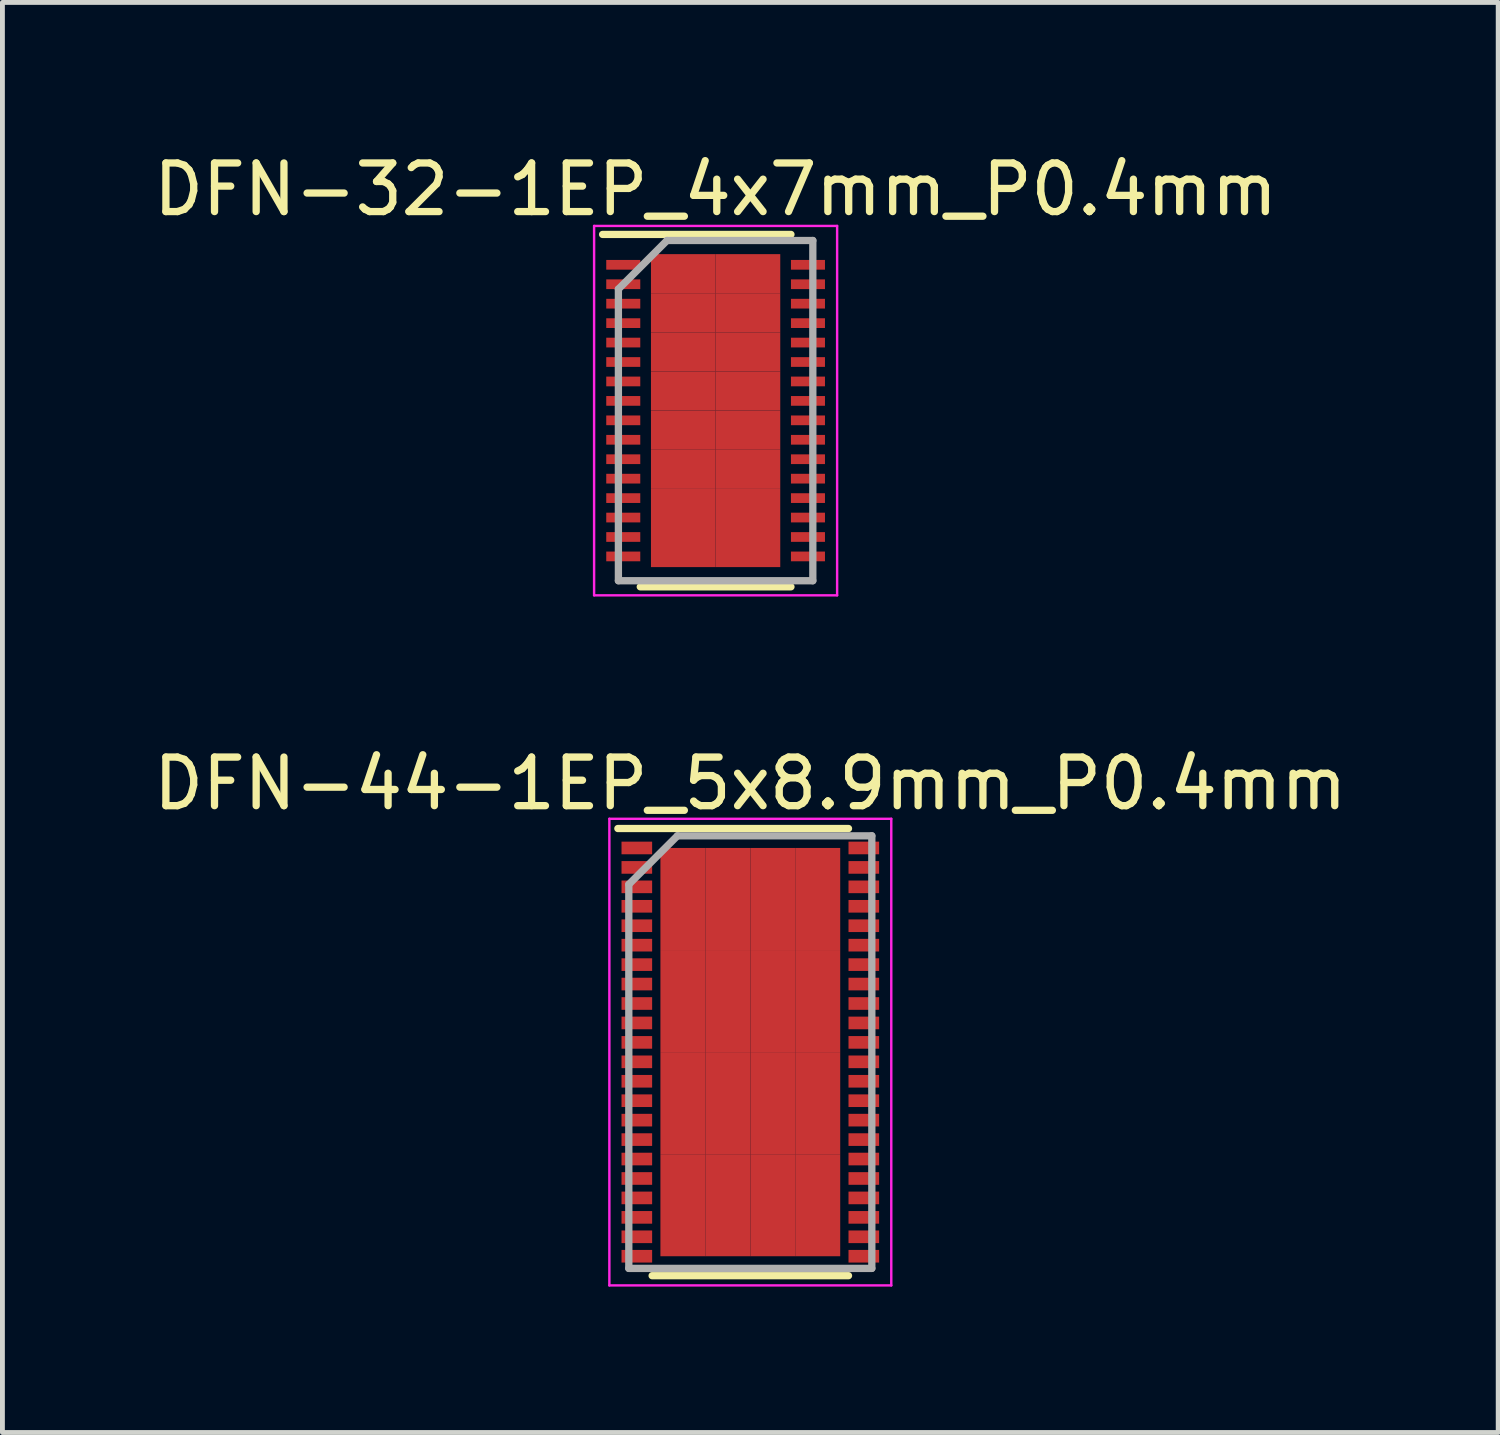
<source format=kicad_pcb>
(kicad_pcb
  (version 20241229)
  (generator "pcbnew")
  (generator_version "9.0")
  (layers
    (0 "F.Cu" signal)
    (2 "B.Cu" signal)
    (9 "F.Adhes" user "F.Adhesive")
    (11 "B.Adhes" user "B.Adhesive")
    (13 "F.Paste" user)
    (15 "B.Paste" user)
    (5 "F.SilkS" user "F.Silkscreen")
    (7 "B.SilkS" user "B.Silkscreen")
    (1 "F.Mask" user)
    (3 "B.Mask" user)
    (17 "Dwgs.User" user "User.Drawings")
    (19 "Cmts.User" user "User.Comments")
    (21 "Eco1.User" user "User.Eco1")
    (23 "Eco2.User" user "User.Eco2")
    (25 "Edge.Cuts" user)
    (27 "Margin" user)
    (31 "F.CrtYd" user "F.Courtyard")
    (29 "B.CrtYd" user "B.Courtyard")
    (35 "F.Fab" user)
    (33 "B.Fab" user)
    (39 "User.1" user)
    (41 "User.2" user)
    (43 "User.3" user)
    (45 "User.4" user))
  (footprint "DFN-32-1EP_4x7mm_P0.4mm"
    (layer "F.Cu")
    (at 11.673 5.398)
    (property "Reference" "DFN-32-1EP_4x7mm_P0.4mm" (at 0 -4.55 0) (layer "F.SilkS") (effects (font (size 1 1) (thickness 0.15))))
    (attr smd)
    (fp_line (start -2.325 -3.625) (end 1.55 -3.625) (stroke (width 0.15) (type solid)) (layer "F.SilkS"))
    (fp_line (start -1.55 3.625) (end 1.55 3.625) (stroke (width 0.15) (type solid)) (layer "F.SilkS"))
    (fp_line (start -2.5 -3.8) (end -2.5 3.8) (stroke (width 0.05) (type solid)) (layer "F.CrtYd"))
    (fp_line (start -2.5 -3.8) (end 2.5 -3.8) (stroke (width 0.05) (type solid)) (layer "F.CrtYd"))
    (fp_line (start -2.5 3.8) (end 2.5 3.8) (stroke (width 0.05) (type solid)) (layer "F.CrtYd"))
    (fp_line (start 2.5 -3.8) (end 2.5 3.8) (stroke (width 0.05) (type solid)) (layer "F.CrtYd"))
    (fp_line (start -2 -2.5) (end -1 -3.5) (stroke (width 0.15) (type solid)) (layer "F.Fab"))
    (fp_line (start -2 3.5) (end -2 -2.5) (stroke (width 0.15) (type solid)) (layer "F.Fab"))
    (fp_line (start -1 -3.5) (end 2 -3.5) (stroke (width 0.15) (type solid)) (layer "F.Fab"))
    (fp_line (start 2 -3.5) (end 2 3.5) (stroke (width 0.15) (type solid)) (layer "F.Fab"))
    (fp_line (start 2 3.5) (end -2 3.5) (stroke (width 0.15) (type solid)) (layer "F.Fab"))
    (pad "1" smd rect (at -1.9 -3) (size 0.7 0.2) (layers "F.Cu" "F.Mask" "F.Paste"))
    (pad "2" smd rect (at -1.9 -2.6) (size 0.7 0.2) (layers "F.Cu" "F.Mask" "F.Paste"))
    (pad "3" smd rect (at -1.9 -2.2) (size 0.7 0.2) (layers "F.Cu" "F.Mask" "F.Paste"))
    (pad "4" smd rect (at -1.9 -1.8) (size 0.7 0.2) (layers "F.Cu" "F.Mask" "F.Paste"))
    (pad "5" smd rect (at -1.9 -1.4) (size 0.7 0.2) (layers "F.Cu" "F.Mask" "F.Paste"))
    (pad "6" smd rect (at -1.9 -1) (size 0.7 0.2) (layers "F.Cu" "F.Mask" "F.Paste"))
    (pad "7" smd rect (at -1.9 -0.6) (size 0.7 0.2) (layers "F.Cu" "F.Mask" "F.Paste"))
    (pad "8" smd rect (at -1.9 -0.2) (size 0.7 0.2) (layers "F.Cu" "F.Mask" "F.Paste"))
    (pad "9" smd rect (at -1.9 0.2) (size 0.7 0.2) (layers "F.Cu" "F.Mask" "F.Paste"))
    (pad "10" smd rect (at -1.9 0.6) (size 0.7 0.2) (layers "F.Cu" "F.Mask" "F.Paste"))
    (pad "11" smd rect (at -1.9 1) (size 0.7 0.2) (layers "F.Cu" "F.Mask" "F.Paste"))
    (pad "12" smd rect (at -1.9 1.4) (size 0.7 0.2) (layers "F.Cu" "F.Mask" "F.Paste"))
    (pad "13" smd rect (at -1.9 1.8) (size 0.7 0.2) (layers "F.Cu" "F.Mask" "F.Paste"))
    (pad "14" smd rect (at -1.9 2.2) (size 0.7 0.2) (layers "F.Cu" "F.Mask" "F.Paste"))
    (pad "15" smd rect (at -1.9 2.6) (size 0.7 0.2) (layers "F.Cu" "F.Mask" "F.Paste"))
    (pad "16" smd rect (at -1.9 3) (size 0.7 0.2) (layers "F.Cu" "F.Mask" "F.Paste"))
    (pad "17" smd rect (at 1.9 3) (size 0.7 0.2) (layers "F.Cu" "F.Mask" "F.Paste"))
    (pad "18" smd rect (at 1.9 2.6) (size 0.7 0.2) (layers "F.Cu" "F.Mask" "F.Paste"))
    (pad "19" smd rect (at 1.9 2.2) (size 0.7 0.2) (layers "F.Cu" "F.Mask" "F.Paste"))
    (pad "20" smd rect (at 1.9 1.8) (size 0.7 0.2) (layers "F.Cu" "F.Mask" "F.Paste"))
    (pad "21" smd rect (at 1.9 1.4) (size 0.7 0.2) (layers "F.Cu" "F.Mask" "F.Paste"))
    (pad "22" smd rect (at 1.9 1) (size 0.7 0.2) (layers "F.Cu" "F.Mask" "F.Paste"))
    (pad "23" smd rect (at 1.9 0.6) (size 0.7 0.2) (layers "F.Cu" "F.Mask" "F.Paste"))
    (pad "24" smd rect (at 1.9 0.2) (size 0.7 0.2) (layers "F.Cu" "F.Mask" "F.Paste"))
    (pad "25" smd rect (at 1.9 -0.2) (size 0.7 0.2) (layers "F.Cu" "F.Mask" "F.Paste"))
    (pad "26" smd rect (at 1.9 -0.6) (size 0.7 0.2) (layers "F.Cu" "F.Mask" "F.Paste"))
    (pad "27" smd rect (at 1.9 -1) (size 0.7 0.2) (layers "F.Cu" "F.Mask" "F.Paste"))
    (pad "28" smd rect (at 1.9 -1.4) (size 0.7 0.2) (layers "F.Cu" "F.Mask" "F.Paste"))
    (pad "29" smd rect (at 1.9 -1.8) (size 0.7 0.2) (layers "F.Cu" "F.Mask" "F.Paste"))
    (pad "30" smd rect (at 1.9 -2.2) (size 0.7 0.2) (layers "F.Cu" "F.Mask" "F.Paste"))
    (pad "31" smd rect (at 1.9 -2.6) (size 0.7 0.2) (layers "F.Cu" "F.Mask" "F.Paste"))
    (pad "32" smd rect (at 1.9 -3) (size 0.7 0.2) (layers "F.Cu" "F.Mask" "F.Paste"))
    (pad "33" smd rect (at -0.665 -2.817) (size 1.33 0.805) (layers "F.Cu" "F.Mask" "F.Paste"))
    (pad "33" smd rect (at -0.665 -2.013) (size 1.33 0.805) (layers "F.Cu" "F.Mask" "F.Paste"))
    (pad "33" smd rect (at -0.665 -1.208) (size 1.33 0.805) (layers "F.Cu" "F.Mask" "F.Paste"))
    (pad "33" smd rect (at -0.665 -0.403) (size 1.33 0.805) (layers "F.Cu" "F.Mask" "F.Paste"))
    (pad "33" smd rect (at -0.665 0.403) (size 1.33 0.805) (layers "F.Cu" "F.Mask" "F.Paste"))
    (pad "33" smd rect (at -0.665 1.208) (size 1.33 0.805) (layers "F.Cu" "F.Mask" "F.Paste"))
    (pad "33" smd rect (at -0.665 2.013) (size 1.33 0.805) (layers "F.Cu" "F.Mask" "F.Paste"))
    (pad "33" smd rect (at -0.665 2.817) (size 1.33 0.805) (layers "F.Cu" "F.Mask" "F.Paste"))
    (pad "33" smd rect (at 0.665 -2.817) (size 1.33 0.805) (layers "F.Cu" "F.Mask" "F.Paste"))
    (pad "33" smd rect (at 0.665 -2.013) (size 1.33 0.805) (layers "F.Cu" "F.Mask" "F.Paste"))
    (pad "33" smd rect (at 0.665 -1.208) (size 1.33 0.805) (layers "F.Cu" "F.Mask" "F.Paste"))
    (pad "33" smd rect (at 0.665 -0.403) (size 1.33 0.805) (layers "F.Cu" "F.Mask" "F.Paste"))
    (pad "33" smd rect (at 0.665 0.403) (size 1.33 0.805) (layers "F.Cu" "F.Mask" "F.Paste"))
    (pad "33" smd rect (at 0.665 1.208) (size 1.33 0.805) (layers "F.Cu" "F.Mask" "F.Paste"))
    (pad "33" smd rect (at 0.665 2.013) (size 1.33 0.805) (layers "F.Cu" "F.Mask" "F.Paste"))
    (pad "33" smd rect (at 0.665 2.817) (size 1.33 0.805) (layers "F.Cu" "F.Mask" "F.Paste")))
  (footprint "DFN-44-1EP_5x8.9mm_P0.4mm"
    (layer "F.Cu")
    (at 12.387 18.596)
    (property "Reference" "DFN-44-1EP_5x8.9mm_P0.4mm" (at 0 -5.525 0) (layer "F.SilkS") (effects (font (size 1 1) (thickness 0.15))))
    (attr smd)
    (fp_line (start -2.725 -4.6) (end 2.02 -4.6) (stroke (width 0.15) (type solid)) (layer "F.SilkS"))
    (fp_line (start -2.02 4.6) (end 2.02 4.6) (stroke (width 0.15) (type solid)) (layer "F.SilkS"))
    (fp_line (start -2.9 -4.8) (end -2.9 4.8) (stroke (width 0.05) (type solid)) (layer "F.CrtYd"))
    (fp_line (start -2.9 -4.8) (end 2.9 -4.8) (stroke (width 0.05) (type solid)) (layer "F.CrtYd"))
    (fp_line (start -2.9 4.8) (end 2.9 4.8) (stroke (width 0.05) (type solid)) (layer "F.CrtYd"))
    (fp_line (start 2.9 -4.8) (end 2.9 4.8) (stroke (width 0.05) (type solid)) (layer "F.CrtYd"))
    (fp_line (start -2.5 -3.45) (end -1.5 -4.45) (stroke (width 0.15) (type solid)) (layer "F.Fab"))
    (fp_line (start -2.5 4.45) (end -2.5 -3.45) (stroke (width 0.15) (type solid)) (layer "F.Fab"))
    (fp_line (start -1.5 -4.45) (end 2.5 -4.45) (stroke (width 0.15) (type solid)) (layer "F.Fab"))
    (fp_line (start 2.5 -4.45) (end 2.5 4.45) (stroke (width 0.15) (type solid)) (layer "F.Fab"))
    (fp_line (start 2.5 4.45) (end -2.5 4.45) (stroke (width 0.15) (type solid)) (layer "F.Fab"))
    (pad "1" smd rect (at -2.335 -4.2) (size 0.63 0.26) (layers "F.Cu" "F.Mask" "F.Paste"))
    (pad "2" smd rect (at -2.335 -3.8) (size 0.63 0.26) (layers "F.Cu" "F.Mask" "F.Paste"))
    (pad "3" smd rect (at -2.335 -3.4) (size 0.63 0.26) (layers "F.Cu" "F.Mask" "F.Paste"))
    (pad "4" smd rect (at -2.335 -3) (size 0.63 0.26) (layers "F.Cu" "F.Mask" "F.Paste"))
    (pad "5" smd rect (at -2.335 -2.6) (size 0.63 0.26) (layers "F.Cu" "F.Mask" "F.Paste"))
    (pad "6" smd rect (at -2.335 -2.2) (size 0.63 0.26) (layers "F.Cu" "F.Mask" "F.Paste"))
    (pad "7" smd rect (at -2.335 -1.8) (size 0.63 0.26) (layers "F.Cu" "F.Mask" "F.Paste"))
    (pad "8" smd rect (at -2.335 -1.4) (size 0.63 0.26) (layers "F.Cu" "F.Mask" "F.Paste"))
    (pad "9" smd rect (at -2.335 -1) (size 0.63 0.26) (layers "F.Cu" "F.Mask" "F.Paste"))
    (pad "10" smd rect (at -2.335 -0.6) (size 0.63 0.26) (layers "F.Cu" "F.Mask" "F.Paste"))
    (pad "11" smd rect (at -2.335 -0.2) (size 0.63 0.26) (layers "F.Cu" "F.Mask" "F.Paste"))
    (pad "12" smd rect (at -2.335 0.2) (size 0.63 0.26) (layers "F.Cu" "F.Mask" "F.Paste"))
    (pad "13" smd rect (at -2.335 0.6) (size 0.63 0.26) (layers "F.Cu" "F.Mask" "F.Paste"))
    (pad "14" smd rect (at -2.335 1) (size 0.63 0.26) (layers "F.Cu" "F.Mask" "F.Paste"))
    (pad "15" smd rect (at -2.335 1.4) (size 0.63 0.26) (layers "F.Cu" "F.Mask" "F.Paste"))
    (pad "16" smd rect (at -2.335 1.8) (size 0.63 0.26) (layers "F.Cu" "F.Mask" "F.Paste"))
    (pad "17" smd rect (at -2.335 2.2) (size 0.63 0.26) (layers "F.Cu" "F.Mask" "F.Paste"))
    (pad "18" smd rect (at -2.335 2.6) (size 0.63 0.26) (layers "F.Cu" "F.Mask" "F.Paste"))
    (pad "19" smd rect (at -2.335 3) (size 0.63 0.26) (layers "F.Cu" "F.Mask" "F.Paste"))
    (pad "20" smd rect (at -2.335 3.4) (size 0.63 0.26) (layers "F.Cu" "F.Mask" "F.Paste"))
    (pad "21" smd rect (at -2.335 3.8) (size 0.63 0.26) (layers "F.Cu" "F.Mask" "F.Paste"))
    (pad "22" smd rect (at -2.335 4.2) (size 0.63 0.26) (layers "F.Cu" "F.Mask" "F.Paste"))
    (pad "23" smd rect (at 2.335 4.2) (size 0.63 0.26) (layers "F.Cu" "F.Mask" "F.Paste"))
    (pad "24" smd rect (at 2.335 3.8) (size 0.63 0.26) (layers "F.Cu" "F.Mask" "F.Paste"))
    (pad "25" smd rect (at 2.335 3.4) (size 0.63 0.26) (layers "F.Cu" "F.Mask" "F.Paste"))
    (pad "26" smd rect (at 2.335 3) (size 0.63 0.26) (layers "F.Cu" "F.Mask" "F.Paste"))
    (pad "27" smd rect (at 2.335 2.6) (size 0.63 0.26) (layers "F.Cu" "F.Mask" "F.Paste"))
    (pad "28" smd rect (at 2.335 2.2) (size 0.63 0.26) (layers "F.Cu" "F.Mask" "F.Paste"))
    (pad "29" smd rect (at 2.335 1.8) (size 0.63 0.26) (layers "F.Cu" "F.Mask" "F.Paste"))
    (pad "30" smd rect (at 2.335 1.4) (size 0.63 0.26) (layers "F.Cu" "F.Mask" "F.Paste"))
    (pad "31" smd rect (at 2.335 1) (size 0.63 0.26) (layers "F.Cu" "F.Mask" "F.Paste"))
    (pad "32" smd rect (at 2.335 0.6) (size 0.63 0.26) (layers "F.Cu" "F.Mask" "F.Paste"))
    (pad "33" smd rect (at 2.335 0.2) (size 0.63 0.26) (layers "F.Cu" "F.Mask" "F.Paste"))
    (pad "34" smd rect (at 2.335 -0.2) (size 0.63 0.26) (layers "F.Cu" "F.Mask" "F.Paste"))
    (pad "35" smd rect (at 2.335 -0.6) (size 0.63 0.26) (layers "F.Cu" "F.Mask" "F.Paste"))
    (pad "36" smd rect (at 2.335 -1) (size 0.63 0.26) (layers "F.Cu" "F.Mask" "F.Paste"))
    (pad "37" smd rect (at 2.335 -1.4) (size 0.63 0.26) (layers "F.Cu" "F.Mask" "F.Paste"))
    (pad "38" smd rect (at 2.335 -1.8) (size 0.63 0.26) (layers "F.Cu" "F.Mask" "F.Paste"))
    (pad "39" smd rect (at 2.335 -2.2) (size 0.63 0.26) (layers "F.Cu" "F.Mask" "F.Paste"))
    (pad "40" smd rect (at 2.335 -2.6) (size 0.63 0.26) (layers "F.Cu" "F.Mask" "F.Paste"))
    (pad "41" smd rect (at 2.335 -3) (size 0.63 0.26) (layers "F.Cu" "F.Mask" "F.Paste"))
    (pad "42" smd rect (at 2.335 -3.4) (size 0.63 0.26) (layers "F.Cu" "F.Mask" "F.Paste"))
    (pad "43" smd rect (at 2.335 -3.8) (size 0.63 0.26) (layers "F.Cu" "F.Mask" "F.Paste"))
    (pad "44" smd rect (at 2.335 -4.2) (size 0.63 0.26) (layers "F.Cu" "F.Mask" "F.Paste"))
    (pad "45" smd rect (at -1.387 -3.15) (size 0.925 2.1) (layers "F.Cu" "F.Mask" "F.Paste"))
    (pad "45" smd rect (at -1.387 -1.05) (size 0.925 2.1) (layers "F.Cu" "F.Mask" "F.Paste"))
    (pad "45" smd rect (at -1.387 1.05) (size 0.925 2.1) (layers "F.Cu" "F.Mask" "F.Paste"))
    (pad "45" smd rect (at -1.387 3.15) (size 0.925 2.1) (layers "F.Cu" "F.Mask" "F.Paste"))
    (pad "45" smd rect (at -0.463 -3.15) (size 0.925 2.1) (layers "F.Cu" "F.Mask" "F.Paste"))
    (pad "45" smd rect (at -0.463 -1.05) (size 0.925 2.1) (layers "F.Cu" "F.Mask" "F.Paste"))
    (pad "45" smd rect (at -0.463 1.05) (size 0.925 2.1) (layers "F.Cu" "F.Mask" "F.Paste"))
    (pad "45" smd rect (at -0.463 3.15) (size 0.925 2.1) (layers "F.Cu" "F.Mask" "F.Paste"))
    (pad "45" smd rect (at 0.463 -3.15) (size 0.925 2.1) (layers "F.Cu" "F.Mask" "F.Paste"))
    (pad "45" smd rect (at 0.463 -1.05) (size 0.925 2.1) (layers "F.Cu" "F.Mask" "F.Paste"))
    (pad "45" smd rect (at 0.463 1.05) (size 0.925 2.1) (layers "F.Cu" "F.Mask" "F.Paste"))
    (pad "45" smd rect (at 0.463 3.15) (size 0.925 2.1) (layers "F.Cu" "F.Mask" "F.Paste"))
    (pad "45" smd rect (at 1.387 -3.15) (size 0.925 2.1) (layers "F.Cu" "F.Mask" "F.Paste"))
    (pad "45" smd rect (at 1.387 -1.05) (size 0.925 2.1) (layers "F.Cu" "F.Mask" "F.Paste"))
    (pad "45" smd rect (at 1.387 1.05) (size 0.925 2.1) (layers "F.Cu" "F.Mask" "F.Paste"))
    (pad "45" smd rect (at 1.387 3.15) (size 0.925 2.1) (layers "F.Cu" "F.Mask" "F.Paste")))
  (gr_rect
    (start -3 -3)
    (end 27.774 26.422)
    (stroke (width 0.1) (type default))
    (fill no)
    (layer "Edge.Cuts")))
</source>
